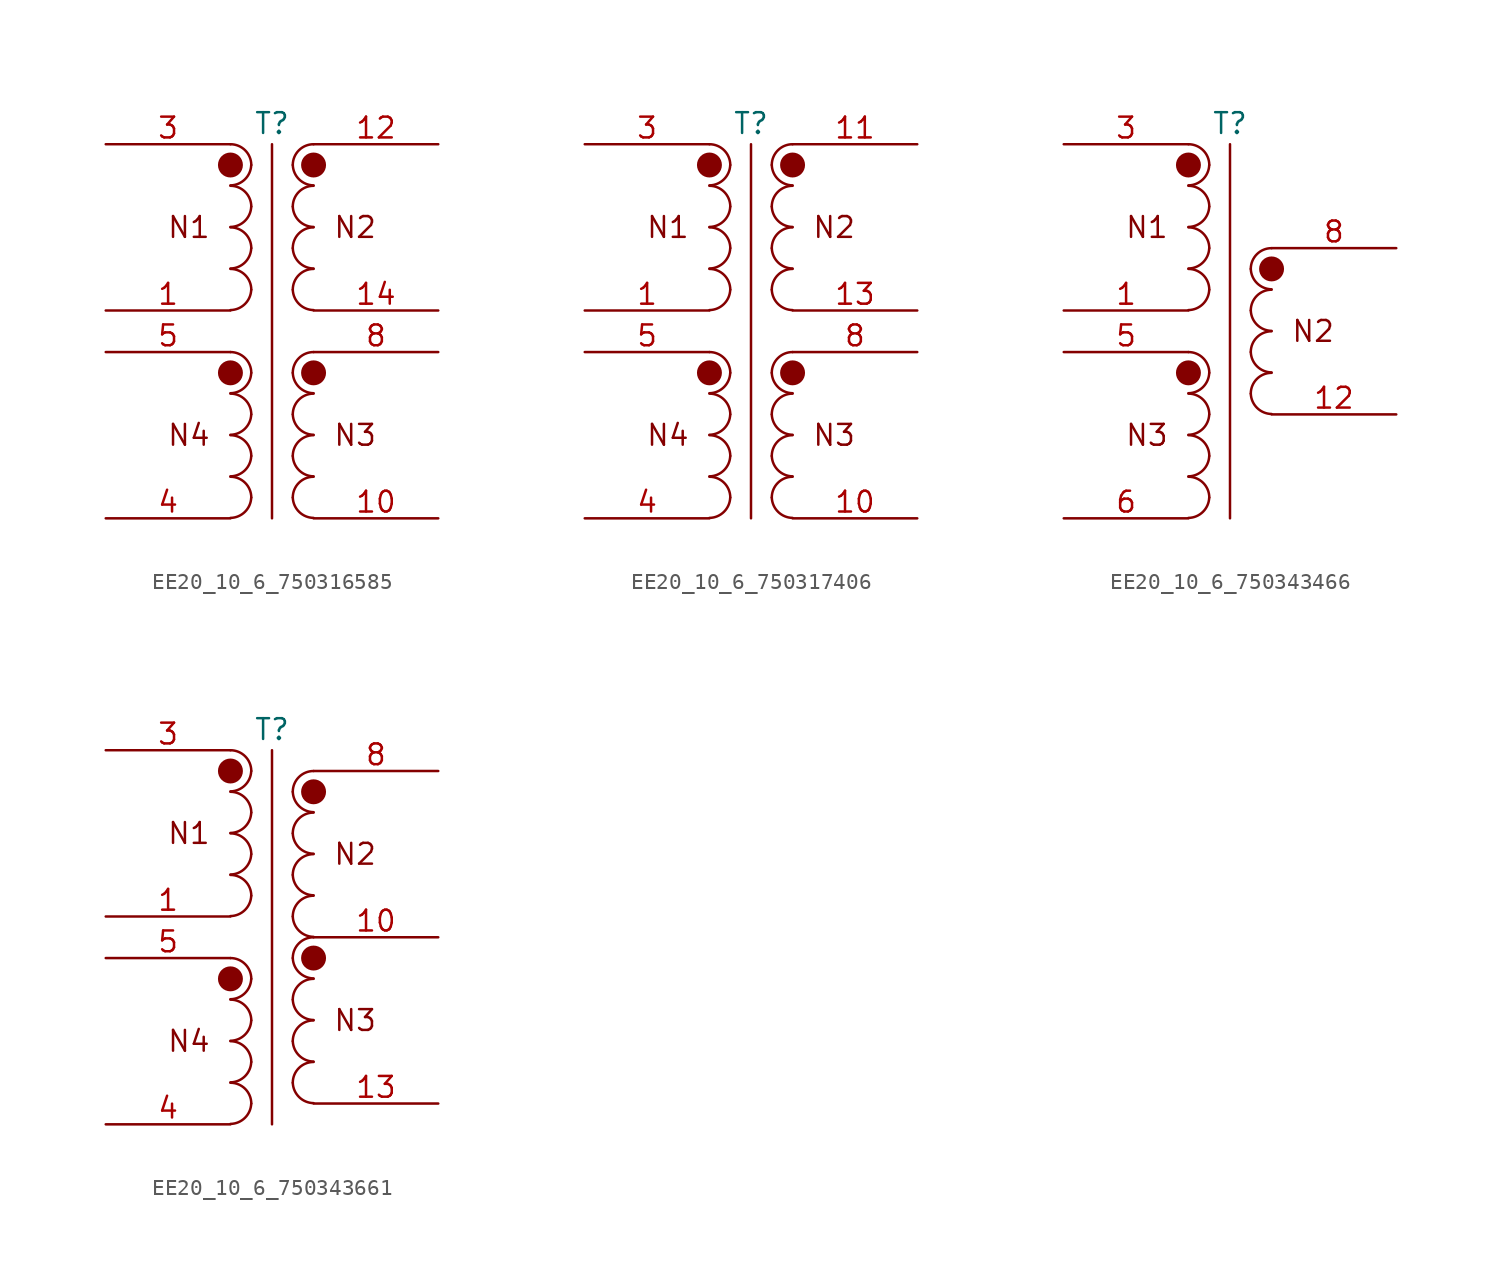
<source format=kicad_sym>
(kicad_symbol_lib
  (version 20220914)
  (generator kicad_symbol_editor)
  (symbol "EE20_10_6_750316585"
    (pin_names hide)
    (property "Reference" "T"
      (at 0 12.7 0)
      (effects (font (size 1.27 1.27))))
    (property "Critical Parameter" ""
      (at 0 -5.08 0)
      (effects (font (size 1.27 1.27)) (justify left)))
    (symbol "EE20_10_6_750316585_0_1"
      (arc (start -2.54 -11.4046) (mid -1.6561 -11.0363) (end -1.27 -10.16) (stroke (width 0) (type default)) (fill (type none)))
      (arc (start -2.54 -8.8646) (mid -1.6561 -8.4963) (end -1.27 -7.62) (stroke (width 0) (type default)) (fill (type none)))
      (arc (start -2.54 -6.3246) (mid -1.6561 -5.9563) (end -1.27 -5.08) (stroke (width 0) (type default)) (fill (type none)))
      (arc (start -2.54 -3.7846) (mid -1.6561 -3.4163) (end -1.27 -2.54) (stroke (width 0) (type default)) (fill (type none)))
      (arc (start -2.54 1.2954) (mid -1.6561 1.6637) (end -1.27 2.54) (stroke (width 0) (type default)) (fill (type none)))
      (arc (start -2.54 3.8354) (mid -1.6561 4.2037) (end -1.27 5.08) (stroke (width 0) (type default)) (fill (type none)))
      (arc (start -2.54 6.3754) (mid -1.6561 6.7437) (end -1.27 7.62) (stroke (width 0) (type default)) (fill (type none)))
      (arc (start -2.54 8.9154) (mid -1.6561 9.2837) (end -1.27 10.16) (stroke (width 0) (type default)) (fill (type none)))
      (arc (start -1.27 -10.16) (mid -1.642 -9.262) (end -2.54 -8.89) (stroke (width 0) (type default)) (fill (type none)))
      (arc (start -1.27 -7.62) (mid -1.642 -6.722) (end -2.54 -6.35) (stroke (width 0) (type default)) (fill (type none)))
      (arc (start -1.27 -5.08) (mid -1.642 -4.182) (end -2.54 -3.81) (stroke (width 0) (type default)) (fill (type none)))
      (arc (start -1.27 -2.54) (mid -1.642 -1.642) (end -2.54 -1.27) (stroke (width 0) (type default)) (fill (type none)))
      (arc (start -1.27 2.54) (mid -1.642 3.438) (end -2.54 3.81) (stroke (width 0) (type default)) (fill (type none)))
      (arc (start -1.27 5.08) (mid -1.642 5.978) (end -2.54 6.35) (stroke (width 0) (type default)) (fill (type none)))
      (arc (start -1.27 7.62) (mid -1.642 8.518) (end -2.54 8.89) (stroke (width 0) (type default)) (fill (type none)))
      (arc (start -1.27 10.16) (mid -1.642 11.058) (end -2.54 11.43) (stroke (width 0) (type default)) (fill (type none)))
      (polyline (pts (xy 0 -11.43) (xy 0 11.43)) (stroke (width 0) (type default)) (fill (type none)))
      (arc (start 1.27 -10.16) (mid 1.6561 -11.0363) (end 2.54 -11.4046) (stroke (width 0) (type default)) (fill (type none)))
      (arc (start 1.27 -7.62) (mid 1.6561 -8.4963) (end 2.54 -8.8646) (stroke (width 0) (type default)) (fill (type none)))
      (arc (start 1.27 -5.08) (mid 1.6561 -5.9563) (end 2.54 -6.3246) (stroke (width 0) (type default)) (fill (type none)))
      (arc (start 1.27 -2.54) (mid 1.6561 -3.4163) (end 2.54 -3.7846) (stroke (width 0) (type default)) (fill (type none)))
      (arc (start 1.27 2.54) (mid 1.6561 1.6637) (end 2.54 1.2954) (stroke (width 0) (type default)) (fill (type none)))
      (arc (start 1.27 5.08) (mid 1.6561 4.2037) (end 2.54 3.8354) (stroke (width 0) (type default)) (fill (type none)))
      (arc (start 1.27 7.62) (mid 1.6561 6.7437) (end 2.54 6.3754) (stroke (width 0) (type default)) (fill (type none)))
      (arc (start 1.27 10.16) (mid 1.6561 9.2837) (end 2.54 8.9154) (stroke (width 0) (type default)) (fill (type none)))
      (arc (start 2.54 -8.89) (mid 1.642 -9.262) (end 1.27 -10.16) (stroke (width 0) (type default)) (fill (type none)))
      (arc (start 2.54 -6.35) (mid 1.642 -6.722) (end 1.27 -7.62) (stroke (width 0) (type default)) (fill (type none)))
      (arc (start 2.54 -3.81) (mid 1.642 -4.182) (end 1.27 -5.08) (stroke (width 0) (type default)) (fill (type none)))
      (arc (start 2.54 -1.27) (mid 1.642 -1.642) (end 1.27 -2.54) (stroke (width 0) (type default)) (fill (type none)))
      (arc (start 2.54 3.81) (mid 1.642 3.438) (end 1.27 2.54) (stroke (width 0) (type default)) (fill (type none)))
      (arc (start 2.54 6.35) (mid 1.642 5.978) (end 1.27 5.08) (stroke (width 0) (type default)) (fill (type none)))
      (arc (start 2.54 8.89) (mid 1.642 8.518) (end 1.27 7.62) (stroke (width 0) (type default)) (fill (type none)))
      (arc (start 2.54 11.43) (mid 1.642 11.058) (end 1.27 10.16) (stroke (width 0) (type default)) (fill (type none))))
    (symbol "EE20_10_6_750316585_1_1"
      (circle (center -2.54 -2.54) (radius 0.0001) (stroke (width 0.762) (type default)) (fill (type none)))
      (circle (center -2.54 10.16) (radius 0.0001) (stroke (width 0.762) (type default)) (fill (type none)))
      (circle (center 2.54 -2.54) (radius 0.0001) (stroke (width 0.762) (type default)) (fill (type none)))
      (circle (center 2.54 10.16) (radius 0.0001) (stroke (width 0.762) (type default)) (fill (type none)))
      (text "N1" (at -5.08 6.35 0) (effects (font (size 1.27 1.27))))
      (text "N2" (at 5.08 6.35 0) (effects (font (size 1.27 1.27))))
      (text "N3" (at 5.08 -6.35 0) (effects (font (size 1.27 1.27))))
      (text "N4" (at -5.08 -6.35 0) (effects (font (size 1.27 1.27))))
      (pin passive line (at -10.16 1.27 0) (length 7.62) (name "1" (effects (font (size 1.27 1.27)))) (number "1" (effects (font (size 1.27 1.27)))))
      (pin passive line (at 10.16 -11.43 180) (length 7.62) (name "10" (effects (font (size 1.27 1.27)))) (number "10" (effects (font (size 1.27 1.27)))))
      (pin passive line (at 10.16 11.43 180) (length 7.62) (name "12" (effects (font (size 1.27 1.27)))) (number "12" (effects (font (size 1.27 1.27)))))
      (pin passive line (at 10.16 1.27 180) (length 7.62) (name "14" (effects (font (size 1.27 1.27)))) (number "14" (effects (font (size 1.27 1.27)))))
      (pin passive line (at -10.16 11.43 0) (length 7.62) (name "3" (effects (font (size 1.27 1.27)))) (number "3" (effects (font (size 1.27 1.27)))))
      (pin passive line (at -10.16 -11.43 0) (length 7.62) (name "4" (effects (font (size 1.27 1.27)))) (number "4" (effects (font (size 1.27 1.27)))))
      (pin passive line (at -10.16 -1.27 0) (length 7.62) (name "5" (effects (font (size 1.27 1.27)))) (number "5" (effects (font (size 1.27 1.27)))))
      (pin passive line (at 10.16 -1.27 180) (length 7.62) (name "8" (effects (font (size 1.27 1.27)))) (number "8" (effects (font (size 1.27 1.27)))))))
  (symbol "EE20_10_6_750317406"
    (pin_names hide)
    (property "Reference" "T"
      (at 0 12.7 0)
      (effects (font (size 1.27 1.27))))
    (property "Critical Parameter" ""
      (at 0 -5.08 0)
      (effects (font (size 1.27 1.27)) (justify left)))
    (symbol "EE20_10_6_750317406_0_1"
      (arc (start -2.54 -11.4046) (mid -1.6561 -11.0363) (end -1.27 -10.16) (stroke (width 0) (type default)) (fill (type none)))
      (arc (start -2.54 -8.8646) (mid -1.6561 -8.4963) (end -1.27 -7.62) (stroke (width 0) (type default)) (fill (type none)))
      (arc (start -2.54 -6.3246) (mid -1.6561 -5.9563) (end -1.27 -5.08) (stroke (width 0) (type default)) (fill (type none)))
      (arc (start -2.54 -3.7846) (mid -1.6561 -3.4163) (end -1.27 -2.54) (stroke (width 0) (type default)) (fill (type none)))
      (arc (start -2.54 1.2954) (mid -1.6561 1.6637) (end -1.27 2.54) (stroke (width 0) (type default)) (fill (type none)))
      (arc (start -2.54 3.8354) (mid -1.6561 4.2037) (end -1.27 5.08) (stroke (width 0) (type default)) (fill (type none)))
      (arc (start -2.54 6.3754) (mid -1.6561 6.7437) (end -1.27 7.62) (stroke (width 0) (type default)) (fill (type none)))
      (arc (start -2.54 8.9154) (mid -1.6561 9.2837) (end -1.27 10.16) (stroke (width 0) (type default)) (fill (type none)))
      (arc (start -1.27 -10.16) (mid -1.642 -9.262) (end -2.54 -8.89) (stroke (width 0) (type default)) (fill (type none)))
      (arc (start -1.27 -7.62) (mid -1.642 -6.722) (end -2.54 -6.35) (stroke (width 0) (type default)) (fill (type none)))
      (arc (start -1.27 -5.08) (mid -1.642 -4.182) (end -2.54 -3.81) (stroke (width 0) (type default)) (fill (type none)))
      (arc (start -1.27 -2.54) (mid -1.642 -1.642) (end -2.54 -1.27) (stroke (width 0) (type default)) (fill (type none)))
      (arc (start -1.27 2.54) (mid -1.642 3.438) (end -2.54 3.81) (stroke (width 0) (type default)) (fill (type none)))
      (arc (start -1.27 5.08) (mid -1.642 5.978) (end -2.54 6.35) (stroke (width 0) (type default)) (fill (type none)))
      (arc (start -1.27 7.62) (mid -1.642 8.518) (end -2.54 8.89) (stroke (width 0) (type default)) (fill (type none)))
      (arc (start -1.27 10.16) (mid -1.642 11.058) (end -2.54 11.43) (stroke (width 0) (type default)) (fill (type none)))
      (polyline (pts (xy 0 -11.43) (xy 0 11.43)) (stroke (width 0) (type default)) (fill (type none)))
      (arc (start 1.27 -10.16) (mid 1.6561 -11.0363) (end 2.54 -11.4046) (stroke (width 0) (type default)) (fill (type none)))
      (arc (start 1.27 -7.62) (mid 1.6561 -8.4963) (end 2.54 -8.8646) (stroke (width 0) (type default)) (fill (type none)))
      (arc (start 1.27 -5.08) (mid 1.6561 -5.9563) (end 2.54 -6.3246) (stroke (width 0) (type default)) (fill (type none)))
      (arc (start 1.27 -2.54) (mid 1.6561 -3.4163) (end 2.54 -3.7846) (stroke (width 0) (type default)) (fill (type none)))
      (arc (start 1.27 2.54) (mid 1.6561 1.6637) (end 2.54 1.2954) (stroke (width 0) (type default)) (fill (type none)))
      (arc (start 1.27 5.08) (mid 1.6561 4.2037) (end 2.54 3.8354) (stroke (width 0) (type default)) (fill (type none)))
      (arc (start 1.27 7.62) (mid 1.6561 6.7437) (end 2.54 6.3754) (stroke (width 0) (type default)) (fill (type none)))
      (arc (start 1.27 10.16) (mid 1.6561 9.2837) (end 2.54 8.9154) (stroke (width 0) (type default)) (fill (type none)))
      (arc (start 2.54 -8.89) (mid 1.642 -9.262) (end 1.27 -10.16) (stroke (width 0) (type default)) (fill (type none)))
      (arc (start 2.54 -6.35) (mid 1.642 -6.722) (end 1.27 -7.62) (stroke (width 0) (type default)) (fill (type none)))
      (arc (start 2.54 -3.81) (mid 1.642 -4.182) (end 1.27 -5.08) (stroke (width 0) (type default)) (fill (type none)))
      (arc (start 2.54 -1.27) (mid 1.642 -1.642) (end 1.27 -2.54) (stroke (width 0) (type default)) (fill (type none)))
      (arc (start 2.54 3.81) (mid 1.642 3.438) (end 1.27 2.54) (stroke (width 0) (type default)) (fill (type none)))
      (arc (start 2.54 6.35) (mid 1.642 5.978) (end 1.27 5.08) (stroke (width 0) (type default)) (fill (type none)))
      (arc (start 2.54 8.89) (mid 1.642 8.518) (end 1.27 7.62) (stroke (width 0) (type default)) (fill (type none)))
      (arc (start 2.54 11.43) (mid 1.642 11.058) (end 1.27 10.16) (stroke (width 0) (type default)) (fill (type none))))
    (symbol "EE20_10_6_750317406_1_1"
      (circle (center -2.54 -2.54) (radius 0.0001) (stroke (width 0.762) (type default)) (fill (type none)))
      (circle (center -2.54 10.16) (radius 0.0001) (stroke (width 0.762) (type default)) (fill (type none)))
      (circle (center 2.54 -2.54) (radius 0.0001) (stroke (width 0.762) (type default)) (fill (type none)))
      (circle (center 2.54 10.16) (radius 0.0001) (stroke (width 0.762) (type default)) (fill (type none)))
      (text "N1" (at -5.08 6.35 0) (effects (font (size 1.27 1.27))))
      (text "N2" (at 5.08 6.35 0) (effects (font (size 1.27 1.27))))
      (text "N3" (at 5.08 -6.35 0) (effects (font (size 1.27 1.27))))
      (text "N4" (at -5.08 -6.35 0) (effects (font (size 1.27 1.27))))
      (pin passive line (at -10.16 1.27 0) (length 7.62) (name "1" (effects (font (size 1.27 1.27)))) (number "1" (effects (font (size 1.27 1.27)))))
      (pin passive line (at 10.16 -11.43 180) (length 7.62) (name "10" (effects (font (size 1.27 1.27)))) (number "10" (effects (font (size 1.27 1.27)))))
      (pin passive line (at 10.16 11.43 180) (length 7.62) (name "11" (effects (font (size 1.27 1.27)))) (number "11" (effects (font (size 1.27 1.27)))))
      (pin passive line (at 10.16 1.27 180) (length 7.62) (name "13" (effects (font (size 1.27 1.27)))) (number "13" (effects (font (size 1.27 1.27)))))
      (pin passive line (at -10.16 11.43 0) (length 7.62) (name "3" (effects (font (size 1.27 1.27)))) (number "3" (effects (font (size 1.27 1.27)))))
      (pin passive line (at -10.16 -11.43 0) (length 7.62) (name "4" (effects (font (size 1.27 1.27)))) (number "4" (effects (font (size 1.27 1.27)))))
      (pin passive line (at -10.16 -1.27 0) (length 7.62) (name "5" (effects (font (size 1.27 1.27)))) (number "5" (effects (font (size 1.27 1.27)))))
      (pin passive line (at 10.16 -1.27 180) (length 7.62) (name "8" (effects (font (size 1.27 1.27)))) (number "8" (effects (font (size 1.27 1.27)))))))
  (symbol "EE20_10_6_750343466"
    (pin_names hide)
    (property "Reference" "T"
      (at 0 12.7 0)
      (effects (font (size 1.27 1.27))))
    (property "Critical Parameter" ""
      (at 0 -5.08 0)
      (effects (font (size 1.27 1.27)) (justify left)))
    (symbol "EE20_10_6_750343466_0_1"
      (arc (start -2.54 -11.4046) (mid -1.6561 -11.0363) (end -1.27 -10.16) (stroke (width 0) (type default)) (fill (type none)))
      (arc (start -2.54 -8.8646) (mid -1.6561 -8.4963) (end -1.27 -7.62) (stroke (width 0) (type default)) (fill (type none)))
      (arc (start -2.54 -6.3246) (mid -1.6561 -5.9563) (end -1.27 -5.08) (stroke (width 0) (type default)) (fill (type none)))
      (arc (start -2.54 -3.7846) (mid -1.6561 -3.4163) (end -1.27 -2.54) (stroke (width 0) (type default)) (fill (type none)))
      (arc (start -2.54 1.2954) (mid -1.6561 1.6637) (end -1.27 2.54) (stroke (width 0) (type default)) (fill (type none)))
      (arc (start -2.54 3.8354) (mid -1.6561 4.2037) (end -1.27 5.08) (stroke (width 0) (type default)) (fill (type none)))
      (arc (start -2.54 6.3754) (mid -1.6561 6.7437) (end -1.27 7.62) (stroke (width 0) (type default)) (fill (type none)))
      (arc (start -2.54 8.9154) (mid -1.6561 9.2837) (end -1.27 10.16) (stroke (width 0) (type default)) (fill (type none)))
      (arc (start -1.27 -10.16) (mid -1.642 -9.262) (end -2.54 -8.89) (stroke (width 0) (type default)) (fill (type none)))
      (arc (start -1.27 -7.62) (mid -1.642 -6.722) (end -2.54 -6.35) (stroke (width 0) (type default)) (fill (type none)))
      (arc (start -1.27 -5.08) (mid -1.642 -4.182) (end -2.54 -3.81) (stroke (width 0) (type default)) (fill (type none)))
      (arc (start -1.27 -2.54) (mid -1.642 -1.642) (end -2.54 -1.27) (stroke (width 0) (type default)) (fill (type none)))
      (arc (start -1.27 2.54) (mid -1.642 3.438) (end -2.54 3.81) (stroke (width 0) (type default)) (fill (type none)))
      (arc (start -1.27 5.08) (mid -1.642 5.978) (end -2.54 6.35) (stroke (width 0) (type default)) (fill (type none)))
      (arc (start -1.27 7.62) (mid -1.642 8.518) (end -2.54 8.89) (stroke (width 0) (type default)) (fill (type none)))
      (arc (start -1.27 10.16) (mid -1.642 11.058) (end -2.54 11.43) (stroke (width 0) (type default)) (fill (type none)))
      (polyline (pts (xy 0 -11.43) (xy 0 11.43)) (stroke (width 0) (type default)) (fill (type none)))
      (arc (start 1.27 -3.81) (mid 1.6561 -4.6863) (end 2.54 -5.0546) (stroke (width 0) (type default)) (fill (type none)))
      (arc (start 1.27 -1.27) (mid 1.6561 -2.1463) (end 2.54 -2.5146) (stroke (width 0) (type default)) (fill (type none)))
      (arc (start 1.27 1.27) (mid 1.6561 0.3937) (end 2.54 0.0254) (stroke (width 0) (type default)) (fill (type none)))
      (arc (start 1.27 3.81) (mid 1.6561 2.9337) (end 2.54 2.5654) (stroke (width 0) (type default)) (fill (type none)))
      (arc (start 2.54 -2.54) (mid 1.642 -2.912) (end 1.27 -3.81) (stroke (width 0) (type default)) (fill (type none)))
      (arc (start 2.54 0) (mid 1.642 -0.372) (end 1.27 -1.27) (stroke (width 0) (type default)) (fill (type none)))
      (arc (start 2.54 2.54) (mid 1.642 2.168) (end 1.27 1.27) (stroke (width 0) (type default)) (fill (type none)))
      (arc (start 2.54 5.08) (mid 1.642 4.708) (end 1.27 3.81) (stroke (width 0) (type default)) (fill (type none))))
    (symbol "EE20_10_6_750343466_1_1"
      (circle (center -2.54 -2.54) (radius 0.0001) (stroke (width 0.762) (type default)) (fill (type none)))
      (circle (center -2.54 10.16) (radius 0.0001) (stroke (width 0.762) (type default)) (fill (type none)))
      (circle (center 2.54 3.81) (radius 0.0001) (stroke (width 0.762) (type default)) (fill (type none)))
      (text "N1" (at -5.08 6.35 0) (effects (font (size 1.27 1.27))))
      (text "N2" (at 5.08 0 0) (effects (font (size 1.27 1.27))))
      (text "N3" (at -5.08 -6.35 0) (effects (font (size 1.27 1.27))))
      (pin passive line (at -10.16 1.27 0) (length 7.62) (name "1" (effects (font (size 1.27 1.27)))) (number "1" (effects (font (size 1.27 1.27)))))
      (pin passive line (at 10.16 -5.08 180) (length 7.62) (name "12" (effects (font (size 1.27 1.27)))) (number "12" (effects (font (size 1.27 1.27)))))
      (pin passive line (at 10.16 -5.08 180) (length 7.62) hide (name "13" (effects (font (size 1.27 1.27)))) (number "13" (effects (font (size 1.27 1.27)))))
      (pin passive line (at -10.16 11.43 0) (length 7.62) (name "3" (effects (font (size 1.27 1.27)))) (number "3" (effects (font (size 1.27 1.27)))))
      (pin passive line (at -10.16 -1.27 0) (length 7.62) (name "5" (effects (font (size 1.27 1.27)))) (number "5" (effects (font (size 1.27 1.27)))))
      (pin passive line (at -10.16 -11.43 0) (length 7.62) (name "6" (effects (font (size 1.27 1.27)))) (number "6" (effects (font (size 1.27 1.27)))))
      (pin passive line (at 10.16 5.08 180) (length 7.62) (name "8" (effects (font (size 1.27 1.27)))) (number "8" (effects (font (size 1.27 1.27)))))
      (pin passive line (at 10.16 5.08 180) (length 7.62) hide (name "9" (effects (font (size 1.27 1.27)))) (number "9" (effects (font (size 1.27 1.27)))))))
  (symbol "EE20_10_6_750343661"
    (pin_names hide)
    (property "Reference" "T"
      (at 0 12.7 0)
      (effects (font (size 1.27 1.27))))
    (property "Critical Parameter" ""
      (at 0 -5.08 0)
      (effects (font (size 1.27 1.27)) (justify left)))
    (symbol "EE20_10_6_750343661_0_1"
      (arc (start -2.54 -11.4046) (mid -1.6561 -11.0363) (end -1.27 -10.16) (stroke (width 0) (type default)) (fill (type none)))
      (arc (start -2.54 -8.8646) (mid -1.6561 -8.4963) (end -1.27 -7.62) (stroke (width 0) (type default)) (fill (type none)))
      (arc (start -2.54 -6.3246) (mid -1.6561 -5.9563) (end -1.27 -5.08) (stroke (width 0) (type default)) (fill (type none)))
      (arc (start -2.54 -3.7846) (mid -1.6561 -3.4163) (end -1.27 -2.54) (stroke (width 0) (type default)) (fill (type none)))
      (arc (start -2.54 1.2954) (mid -1.6561 1.6637) (end -1.27 2.54) (stroke (width 0) (type default)) (fill (type none)))
      (arc (start -2.54 3.8354) (mid -1.6561 4.2037) (end -1.27 5.08) (stroke (width 0) (type default)) (fill (type none)))
      (arc (start -2.54 6.3754) (mid -1.6561 6.7437) (end -1.27 7.62) (stroke (width 0) (type default)) (fill (type none)))
      (arc (start -2.54 8.9154) (mid -1.6561 9.2837) (end -1.27 10.16) (stroke (width 0) (type default)) (fill (type none)))
      (arc (start -1.27 -10.16) (mid -1.642 -9.262) (end -2.54 -8.89) (stroke (width 0) (type default)) (fill (type none)))
      (arc (start -1.27 -7.62) (mid -1.642 -6.722) (end -2.54 -6.35) (stroke (width 0) (type default)) (fill (type none)))
      (arc (start -1.27 -5.08) (mid -1.642 -4.182) (end -2.54 -3.81) (stroke (width 0) (type default)) (fill (type none)))
      (arc (start -1.27 -2.54) (mid -1.642 -1.642) (end -2.54 -1.27) (stroke (width 0) (type default)) (fill (type none)))
      (arc (start -1.27 2.54) (mid -1.642 3.438) (end -2.54 3.81) (stroke (width 0) (type default)) (fill (type none)))
      (arc (start -1.27 5.08) (mid -1.642 5.978) (end -2.54 6.35) (stroke (width 0) (type default)) (fill (type none)))
      (arc (start -1.27 7.62) (mid -1.642 8.518) (end -2.54 8.89) (stroke (width 0) (type default)) (fill (type none)))
      (arc (start -1.27 10.16) (mid -1.642 11.058) (end -2.54 11.43) (stroke (width 0) (type default)) (fill (type none)))
      (polyline (pts (xy 0 -11.43) (xy 0 11.43)) (stroke (width 0) (type default)) (fill (type none)))
      (arc (start 1.27 -8.89) (mid 1.6561 -9.7663) (end 2.54 -10.1346) (stroke (width 0) (type default)) (fill (type none)))
      (arc (start 1.27 -6.35) (mid 1.6561 -7.2263) (end 2.54 -7.5946) (stroke (width 0) (type default)) (fill (type none)))
      (arc (start 1.27 -3.81) (mid 1.6561 -4.6863) (end 2.54 -5.0546) (stroke (width 0) (type default)) (fill (type none)))
      (arc (start 1.27 -1.27) (mid 1.6561 -2.1463) (end 2.54 -2.5146) (stroke (width 0) (type default)) (fill (type none)))
      (arc (start 1.27 1.27) (mid 1.6561 0.3937) (end 2.54 0.0254) (stroke (width 0) (type default)) (fill (type none)))
      (arc (start 1.27 3.81) (mid 1.6561 2.9337) (end 2.54 2.5654) (stroke (width 0) (type default)) (fill (type none)))
      (arc (start 1.27 6.35) (mid 1.6561 5.4737) (end 2.54 5.1054) (stroke (width 0) (type default)) (fill (type none)))
      (arc (start 1.27 8.89) (mid 1.6561 8.0137) (end 2.54 7.6454) (stroke (width 0) (type default)) (fill (type none)))
      (arc (start 2.54 -7.62) (mid 1.642 -7.992) (end 1.27 -8.89) (stroke (width 0) (type default)) (fill (type none)))
      (arc (start 2.54 -5.08) (mid 1.642 -5.452) (end 1.27 -6.35) (stroke (width 0) (type default)) (fill (type none)))
      (arc (start 2.54 -2.54) (mid 1.642 -2.912) (end 1.27 -3.81) (stroke (width 0) (type default)) (fill (type none)))
      (arc (start 2.54 0) (mid 1.642 -0.372) (end 1.27 -1.27) (stroke (width 0) (type default)) (fill (type none)))
      (arc (start 2.54 2.54) (mid 1.642 2.168) (end 1.27 1.27) (stroke (width 0) (type default)) (fill (type none)))
      (arc (start 2.54 5.08) (mid 1.642 4.708) (end 1.27 3.81) (stroke (width 0) (type default)) (fill (type none)))
      (arc (start 2.54 7.62) (mid 1.642 7.248) (end 1.27 6.35) (stroke (width 0) (type default)) (fill (type none)))
      (arc (start 2.54 10.16) (mid 1.642 9.788) (end 1.27 8.89) (stroke (width 0) (type default)) (fill (type none))))
    (symbol "EE20_10_6_750343661_1_1"
      (circle (center -2.54 -2.54) (radius 0.0001) (stroke (width 0.762) (type default)) (fill (type none)))
      (circle (center -2.54 10.16) (radius 0.0001) (stroke (width 0.762) (type default)) (fill (type none)))
      (circle (center 2.54 -1.27) (radius 0.0001) (stroke (width 0.762) (type default)) (fill (type none)))
      (circle (center 2.54 8.89) (radius 0.0001) (stroke (width 0.762) (type default)) (fill (type none)))
      (text "N1" (at -5.08 6.35 0) (effects (font (size 1.27 1.27))))
      (text "N2" (at 5.08 5.08 0) (effects (font (size 1.27 1.27))))
      (text "N3" (at 5.08 -5.08 0) (effects (font (size 1.27 1.27))))
      (text "N4" (at -5.08 -6.35 0) (effects (font (size 1.27 1.27))))
      (pin passive line (at -10.16 1.27 0) (length 7.62) (name "1" (effects (font (size 1.27 1.27)))) (number "1" (effects (font (size 1.27 1.27)))))
      (pin passive line (at 10.16 0 180) (length 7.62) (name "10" (effects (font (size 1.27 1.27)))) (number "10" (effects (font (size 1.27 1.27)))))
      (pin passive line (at 10.16 0 180) (length 7.62) hide (name "11" (effects (font (size 1.27 1.27)))) (number "11" (effects (font (size 1.27 1.27)))))
      (pin passive line (at 10.16 -10.16 180) (length 7.62) (name "13" (effects (font (size 1.27 1.27)))) (number "13" (effects (font (size 1.27 1.27)))))
      (pin passive line (at 10.16 -10.16 180) (length 7.62) hide (name "14" (effects (font (size 1.27 1.27)))) (number "14" (effects (font (size 1.27 1.27)))))
      (pin passive line (at -10.16 11.43 0) (length 7.62) (name "3" (effects (font (size 1.27 1.27)))) (number "3" (effects (font (size 1.27 1.27)))))
      (pin passive line (at -10.16 -11.43 0) (length 7.62) (name "4" (effects (font (size 1.27 1.27)))) (number "4" (effects (font (size 1.27 1.27)))))
      (pin passive line (at -10.16 -1.27 0) (length 7.62) (name "5" (effects (font (size 1.27 1.27)))) (number "5" (effects (font (size 1.27 1.27)))))
      (pin passive line (at 10.16 10.16 180) (length 7.62) (name "8" (effects (font (size 1.27 1.27)))) (number "8" (effects (font (size 1.27 1.27))))))))
</source>
